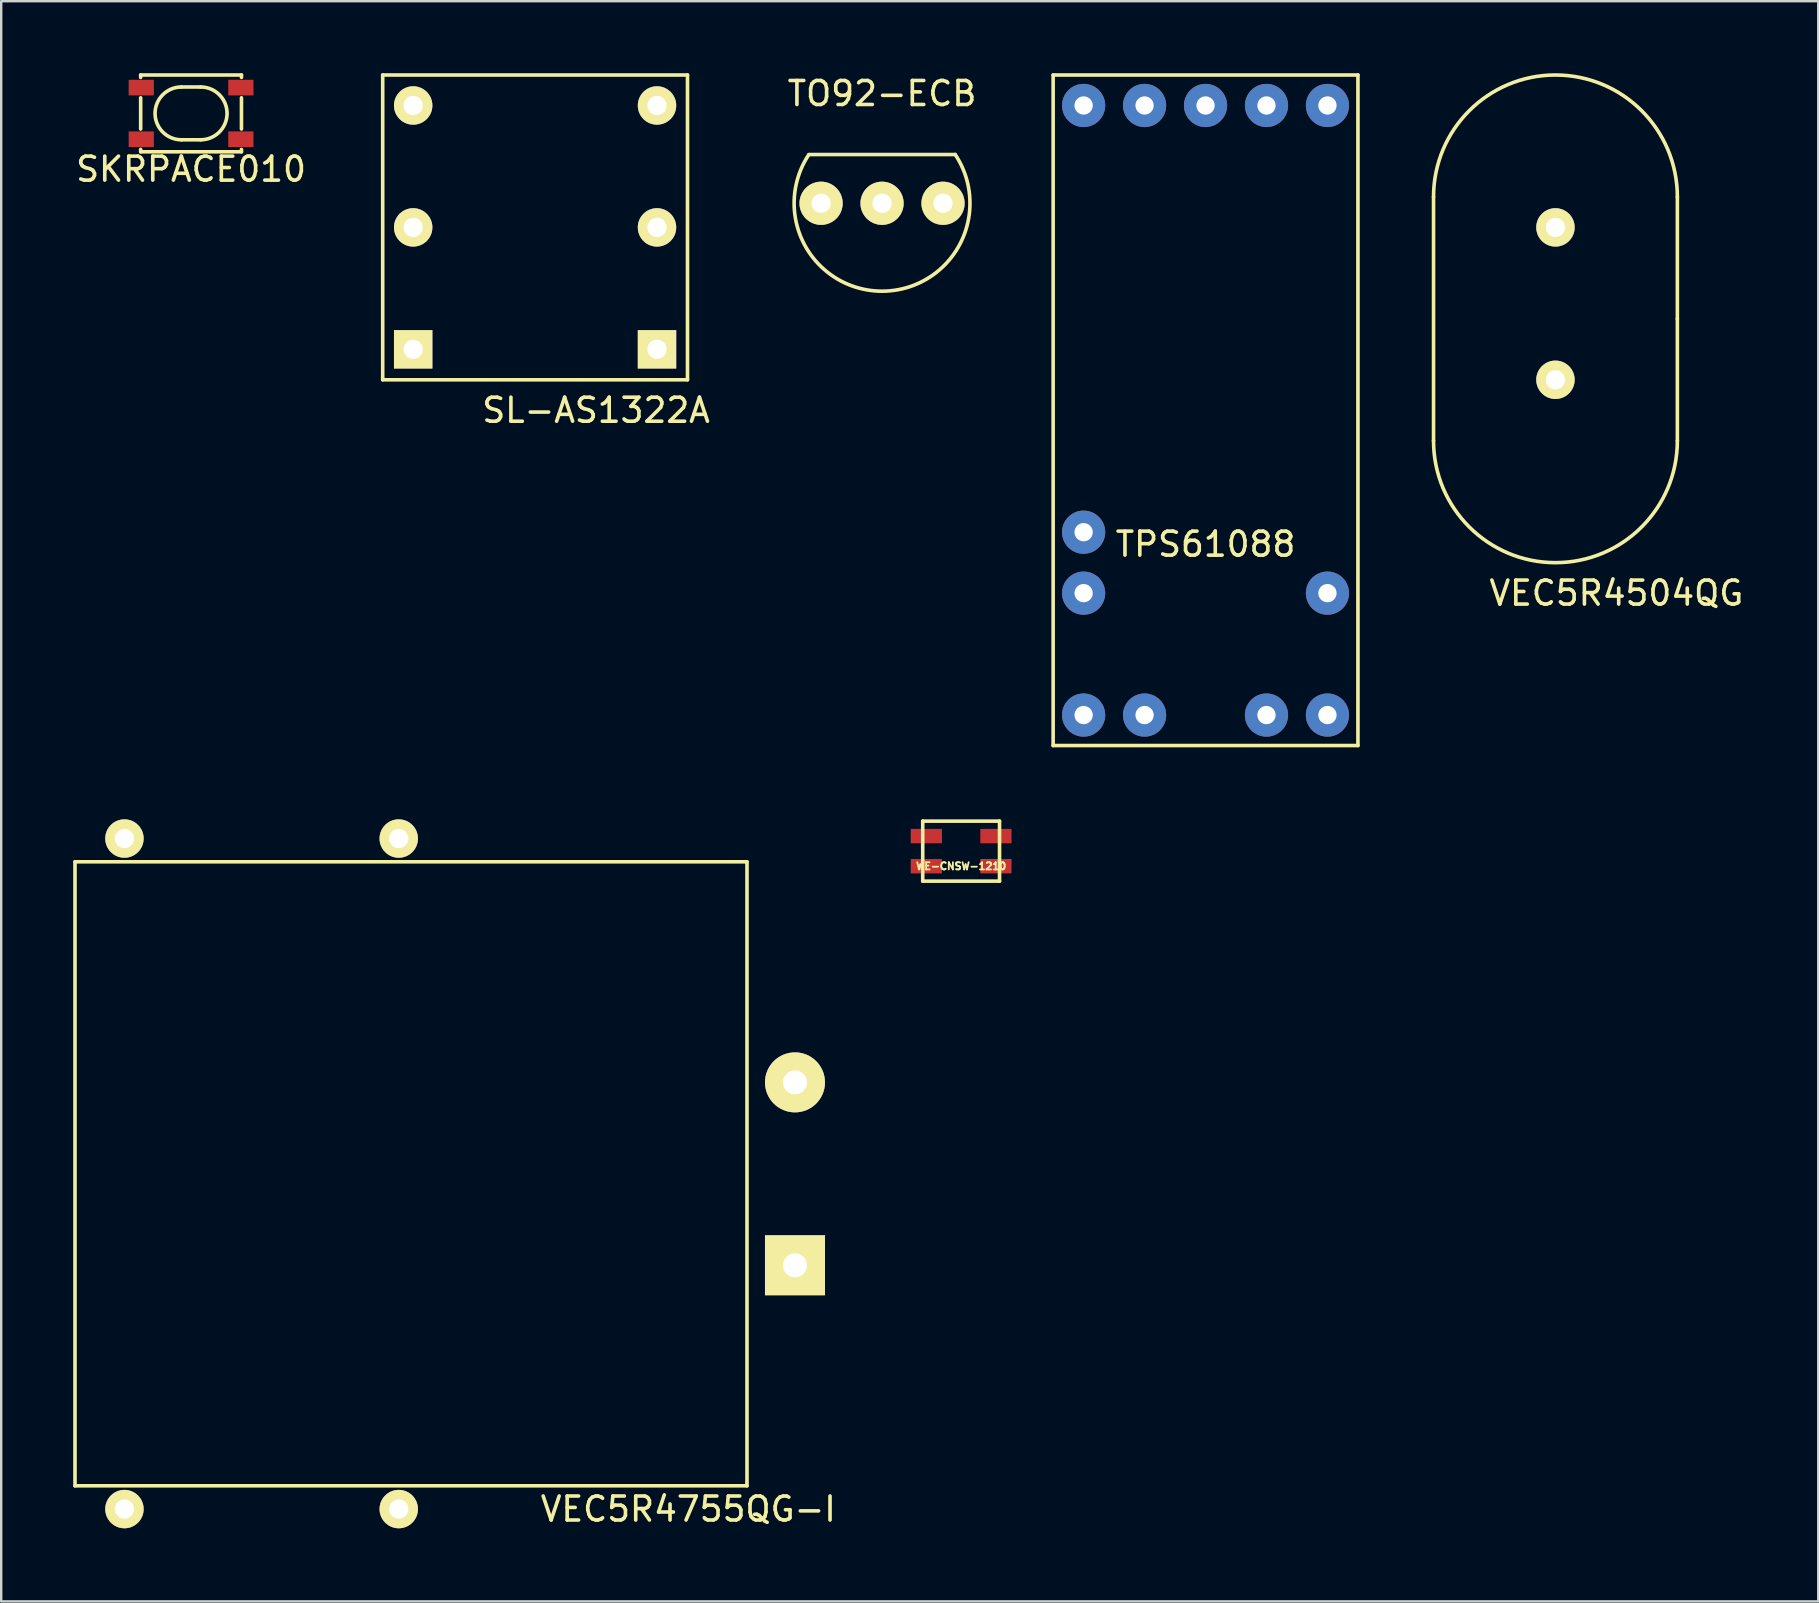
<source format=kicad_pcb>
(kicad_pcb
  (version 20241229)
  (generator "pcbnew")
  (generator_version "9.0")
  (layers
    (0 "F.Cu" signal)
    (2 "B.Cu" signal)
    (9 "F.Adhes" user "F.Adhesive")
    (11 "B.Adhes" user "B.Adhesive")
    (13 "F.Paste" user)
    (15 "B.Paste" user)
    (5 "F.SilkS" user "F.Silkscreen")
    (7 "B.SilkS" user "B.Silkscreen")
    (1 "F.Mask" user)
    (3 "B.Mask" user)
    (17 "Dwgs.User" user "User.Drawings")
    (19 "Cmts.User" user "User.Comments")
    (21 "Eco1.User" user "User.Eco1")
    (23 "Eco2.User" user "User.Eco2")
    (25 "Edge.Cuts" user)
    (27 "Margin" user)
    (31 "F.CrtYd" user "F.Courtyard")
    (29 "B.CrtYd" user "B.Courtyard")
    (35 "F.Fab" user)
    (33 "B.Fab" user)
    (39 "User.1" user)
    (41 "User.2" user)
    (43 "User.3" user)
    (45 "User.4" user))
  (footprint "SL-AS1322A"
    (layer "F.Cu")
    (at 19.246 6.425)
    (property "Reference" "SL-AS1322A" (at 2.54 7.62 0) (layer "F.SilkS") (effects (font (size 1 1) (thickness 0.15))))
    (attr through_hole)
    (fp_line (start -6.35 -6.35) (end 6.35 -6.35) (stroke (width 0.15) (type solid)) (layer "F.SilkS"))
    (fp_line (start -6.35 6.35) (end -6.35 -6.35) (stroke (width 0.15) (type solid)) (layer "F.SilkS"))
    (fp_line (start 6.35 -6.35) (end 6.35 6.35) (stroke (width 0.15) (type solid)) (layer "F.SilkS"))
    (fp_line (start 6.35 6.35) (end -6.35 6.35) (stroke (width 0.15) (type solid)) (layer "F.SilkS"))
    (pad "1" thru_hole circle (at -5.08 -5.08) (size 1.6 1.6) (drill 0.8) (layers "*.Cu" "*.Mask" "F.SilkS"))
    (pad "2" thru_hole circle (at -5.08 0) (size 1.6 1.6) (drill 0.8) (layers "*.Cu" "*.Mask" "F.SilkS"))
    (pad "3" thru_hole rect (at -5.08 5.08) (size 1.6 1.6) (drill 0.8) (layers "*.Cu" "*.Mask" "F.SilkS"))
    (pad "4" thru_hole rect (at 5.08 5.08) (size 1.6 1.6) (drill 0.8) (layers "*.Cu" "*.Mask" "F.SilkS"))
    (pad "5" thru_hole circle (at 5.08 0) (size 1.6 1.6) (drill 0.8) (layers "*.Cu" "*.Mask" "F.SilkS"))
    (pad "6" thru_hole circle (at 5.08 -5.08) (size 1.6 1.6) (drill 0.8) (layers "*.Cu" "*.Mask" "F.SilkS")))
  (footprint "TPS61088"
    (layer "F.Cu")
    (at 47.182 14.045)
    (property "Reference" "TPS61088" (at 0 5.58 0) (layer "F.SilkS") (effects (font (size 1 1) (thickness 0.15))))
    (attr through_hole)
    (fp_line (start -6.35 -13.97) (end -6.35 13.97) (stroke (width 0.15) (type solid)) (layer "F.SilkS"))
    (fp_line (start -6.35 13.97) (end 6.35 13.97) (stroke (width 0.15) (type solid)) (layer "F.SilkS"))
    (fp_line (start 6.35 -13.97) (end -6.35 -13.97) (stroke (width 0.15) (type solid)) (layer "F.SilkS"))
    (fp_line (start 6.35 13.97) (end 6.35 -13.97) (stroke (width 0.15) (type solid)) (layer "F.SilkS"))
    (pad "1" thru_hole circle (at -5.08 12.7) (size 1.8 1.8) (drill 0.762) (layers "*.Cu" "*.Mask"))
    (pad "1" thru_hole circle (at -2.54 12.7) (size 1.8 1.8) (drill 0.762) (layers "*.Cu" "*.Mask"))
    (pad "2" thru_hole circle (at 2.54 12.7) (size 1.8 1.8) (drill 0.762) (layers "*.Cu" "*.Mask"))
    (pad "2" thru_hole circle (at 5.08 12.7) (size 1.8 1.8) (drill 0.762) (layers "*.Cu" "*.Mask"))
    (pad "3" thru_hole circle (at 2.54 -12.7) (size 1.8 1.8) (drill 0.762) (layers "*.Cu" "*.Mask"))
    (pad "3" thru_hole circle (at 5.08 -12.7) (size 1.8 1.8) (drill 0.762) (layers "*.Cu" "*.Mask"))
    (pad "4" thru_hole circle (at -5.08 -12.7) (size 1.8 1.8) (drill 0.762) (layers "*.Cu" "*.Mask"))
    (pad "4" thru_hole circle (at -2.54 -12.7) (size 1.8 1.8) (drill 0.762) (layers "*.Cu" "*.Mask"))
    (pad "4" thru_hole circle (at 0 -12.7) (size 1.8 1.8) (drill 0.762) (layers "*.Cu" "*.Mask"))
    (pad "5" thru_hole circle (at 5.08 7.62) (size 1.8 1.8) (drill 0.762) (layers "*.Cu" "*.Mask"))
    (pad "6" thru_hole circle (at -5.08 7.62) (size 1.8 1.8) (drill 0.762) (layers "*.Cu" "*.Mask"))
    (pad "7" thru_hole circle (at -5.08 5.08) (size 1.8 1.8) (drill 0.762) (layers "*.Cu" "*.Mask")))
  (footprint "VEC5R4755QG-I"
    (layer "F.Cu")
    (at 30.075 45.86)
    (property "Reference" "VEC5R4755QG-I" (at -4.445 13.97 0) (layer "F.SilkS") (effects (font (size 1 1) (thickness 0.15))))
    (attr through_hole)
    (fp_line (start -30 13) (end -30 -13) (stroke (width 0.15) (type solid)) (layer "F.SilkS"))
    (fp_line (start -2 -13) (end -30 -13) (stroke (width 0.15) (type solid)) (layer "F.SilkS"))
    (fp_line (start -2 -13) (end -2 13) (stroke (width 0.15) (type solid)) (layer "F.SilkS"))
    (fp_line (start -2 13) (end -30 13) (stroke (width 0.15) (type solid)) (layer "F.SilkS"))
    (pad "1" thru_hole circle (at 0 -3.81) (size 2.5 2.5) (drill 1) (layers "*.Cu" "*.Mask" "F.SilkS"))
    (pad "2" thru_hole rect (at 0 3.81) (size 2.5 2.5) (drill 1) (layers "*.Cu" "*.Mask" "F.SilkS"))
    (pad "NC" thru_hole circle (at -27.94 -13.97) (size 1.6 1.6) (drill 0.8) (layers "*.Cu" "*.Mask" "F.SilkS"))
    (pad "NC" thru_hole circle (at -27.94 13.97) (size 1.6 1.6) (drill 0.8) (layers "*.Cu" "*.Mask" "F.SilkS"))
    (pad "NC" thru_hole circle (at -16.51 -13.97) (size 1.6 1.6) (drill 0.8) (layers "*.Cu" "*.Mask" "F.SilkS"))
    (pad "NC" thru_hole circle (at -16.51 13.97) (size 1.6 1.6) (drill 0.8) (layers "*.Cu" "*.Mask" "F.SilkS")))
  (footprint "WE-CNSW-1210"
    (layer "F.Cu")
    (at 36.998 32.415)
    (property "Reference" "WE-CNSW-1210" (at 0 0.627 0) (layer "F.SilkS") (effects (font (size 0.3 0.3) (thickness 0.075))))
    (attr through_hole)
    (fp_line (start -1.6 -1.25) (end -1.6 1.25) (stroke (width 0.15) (type solid)) (layer "F.SilkS"))
    (fp_line (start -1.6 1.25) (end 1.6 1.25) (stroke (width 0.15) (type solid)) (layer "F.SilkS"))
    (fp_line (start 1.6 -1.25) (end -1.6 -1.25) (stroke (width 0.15) (type solid)) (layer "F.SilkS"))
    (fp_line (start 1.6 1.25) (end 1.6 -1.25) (stroke (width 0.15) (type solid)) (layer "F.SilkS"))
    (pad "1" smd rect (at -1.45 -0.627) (size 1.3 0.6) (layers "F.Cu" "F.Mask" "F.Paste"))
    (pad "2" smd rect (at 1.45 -0.627) (size 1.3 0.6) (layers "F.Cu" "F.Mask" "F.Paste"))
    (pad "3" smd rect (at -1.45 0.627) (size 1.3 0.6) (layers "F.Cu" "F.Mask" "F.Paste"))
    (pad "4" smd rect (at 1.45 0.627) (size 1.3 0.6) (layers "F.Cu" "F.Mask" "F.Paste")))
  (footprint "VEC5R4504QG"
    (layer "F.Cu")
    (at 61.762 10.235)
    (property "Reference" "VEC5R4504QG" (at 2.54 11.43 0) (layer "F.SilkS") (effects (font (size 1 1) (thickness 0.15))))
    (attr through_hole)
    (fp_line (start -5.08 5.08) (end -5.08 -5.08) (stroke (width 0.15) (type solid)) (layer "F.SilkS"))
    (fp_line (start 5.08 0) (end 5.08 -5.08) (stroke (width 0.15) (type solid)) (layer "F.SilkS"))
    (fp_line (start 5.08 0) (end 5.08 5.08) (stroke (width 0.15) (type solid)) (layer "F.SilkS"))
    (fp_arc (start -5.08 -5.08) (mid 0 -10.16) (end 5.08 -5.08) (stroke (width 0.15) (type solid)) (layer "F.SilkS"))
    (fp_arc (start 5.08 5.08) (mid 0 10.16) (end -5.08 5.08) (stroke (width 0.15) (type solid)) (layer "F.SilkS"))
    (pad "1" thru_hole circle (at 0 2.54) (size 1.6 1.6) (drill 0.8) (layers "*.Cu" "*.Mask" "F.SilkS"))
    (pad "2" thru_hole circle (at 0 -3.81) (size 1.6 1.6) (drill 0.8) (layers "*.Cu" "*.Mask" "F.SilkS")))
  (footprint "SKRPACE010"
    (layer "F.Cu")
    (at 4.911 1.675)
    (property "Reference" "SKRPACE010" (at 0 2.325 0) (layer "F.SilkS") (effects (font (size 1 1) (thickness 0.15))))
    (attr through_hole)
    (fp_line (start -2.1 -1.6) (end -2.1 -1.5) (stroke (width 0.15) (type solid)) (layer "F.SilkS"))
    (fp_line (start -2.1 0.65) (end -2.1 -0.65) (stroke (width 0.15) (type solid)) (layer "F.SilkS"))
    (fp_line (start -2.1 1.6) (end -2.1 1.5) (stroke (width 0.15) (type solid)) (layer "F.SilkS"))
    (fp_line (start -0.4 -1.1) (end 0.4 -1.1) (stroke (width 0.15) (type solid)) (layer "F.SilkS"))
    (fp_line (start -0.4 1.1) (end 0.4 1.1) (stroke (width 0.15) (type solid)) (layer "F.SilkS"))
    (fp_line (start 2.1 -1.6) (end -2.1 -1.6) (stroke (width 0.15) (type solid)) (layer "F.SilkS"))
    (fp_line (start 2.1 -1.6) (end 2.1 -1.5) (stroke (width 0.15) (type solid)) (layer "F.SilkS"))
    (fp_line (start 2.1 0.65) (end 2.1 -0.65) (stroke (width 0.15) (type solid)) (layer "F.SilkS"))
    (fp_line (start 2.1 1.6) (end -2.1 1.6) (stroke (width 0.15) (type solid)) (layer "F.SilkS"))
    (fp_line (start 2.1 1.6) (end 2.1 1.5) (stroke (width 0.15) (type solid)) (layer "F.SilkS"))
    (fp_arc (start -0.4 1.1) (mid -1.5 0) (end -0.4 -1.1) (stroke (width 0.15) (type solid)) (layer "F.SilkS"))
    (fp_arc (start 0.4 -1.1) (mid 1.5 0) (end 0.4 1.1) (stroke (width 0.15) (type solid)) (layer "F.SilkS"))
    (pad "1" smd rect (at -2.075 -1.075) (size 1.05 0.65) (layers "F.Cu" "F.Mask" "F.Paste"))
    (pad "1" smd rect (at 2.075 -1.075 180) (size 1.05 0.65) (layers "F.Cu" "F.Mask" "F.Paste"))
    (pad "2" smd rect (at -2.075 1.075) (size 1.05 0.65) (layers "F.Cu" "F.Mask" "F.Paste"))
    (pad "2" smd rect (at 2.075 1.075 180) (size 1.05 0.65) (layers "F.Cu" "F.Mask" "F.Paste")))
  (footprint "TO92-ECB"
    (layer "F.Cu")
    (at 33.703 2.88)
    (property "Reference" "TO92-ECB" (at 0 -2.032 0) (layer "F.SilkS") (effects (font (size 1 1) (thickness 0.15))))
    (attr through_hole)
    (fp_line (start -3.048 0.508) (end 3.048 0.508) (stroke (width 0.15) (type solid)) (layer "F.SilkS"))
    (fp_arc (start 3.048 0.508) (mid 0.012152 6.20322) (end -3.061414 0.528267) (stroke (width 0.15) (type solid)) (layer "F.SilkS"))
    (pad "1" thru_hole circle (at 2.54 2.54) (size 1.8 1.8) (drill 0.8) (layers "*.Cu" "*.Mask" "F.SilkS"))
    (pad "2" thru_hole circle (at 0 2.54) (size 1.8 1.8) (drill 0.8) (layers "*.Cu" "*.Mask" "F.SilkS"))
    (pad "3" thru_hole circle (at -2.54 2.54) (size 1.8 1.8) (drill 0.8) (layers "*.Cu" "*.Mask" "F.SilkS")))
  (gr_rect
    (start -3 -3)
    (end 72.712 63.678)
    (stroke (width 0.1) (type default))
    (fill no)
    (layer "Edge.Cuts")))
</source>
